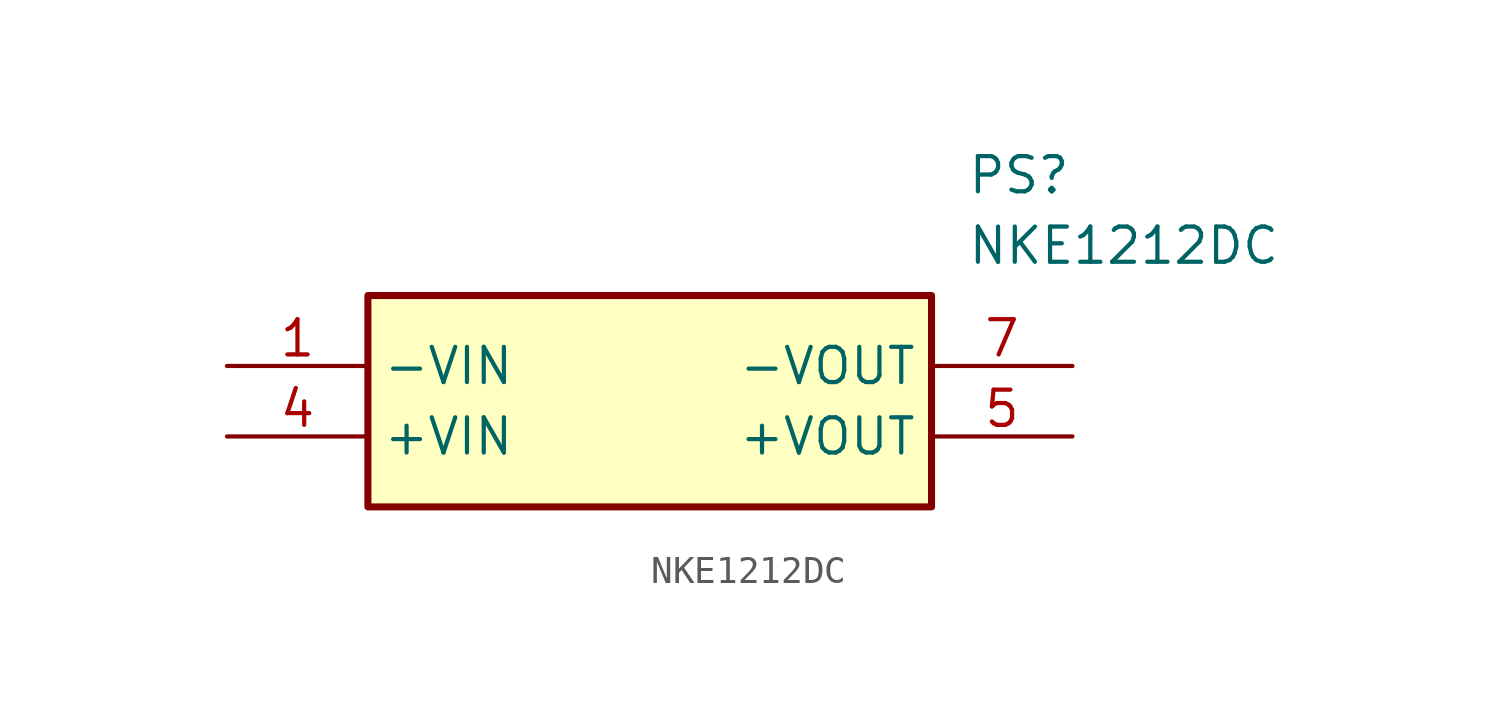
<source format=kicad_sym>
(kicad_symbol_lib
  (version 20211014)
  (generator SamacSys_ECAD_Model)
  (symbol "NKE1212DC"
    (property "Reference" "PS"
      (at 26.67 7.62 0)
      (effects (font (size 1.27 1.27)) (justify left top)))
    (property "Value" "NKE1212DC"
      (at 26.67 5.08 0)
      (effects (font (size 1.27 1.27)) (justify left top)))
    (rectangle
      (start 5.08 2.54)
      (end 25.4 -5.08)
      (stroke (width 0.254) (type default))
      (fill (type background)))
    (pin passive line
      (at 0 0 0)
      (length 5.08)
      (name "-VIN" (effects (font (size 1.27 1.27))))
      (number "1" (effects (font (size 1.27 1.27)))))
    (pin passive line
      (at 0 -2.54 0)
      (length 5.08)
      (name "+VIN" (effects (font (size 1.27 1.27))))
      (number "4" (effects (font (size 1.27 1.27)))))
    (pin passive line
      (at 30.48 -2.54 180)
      (length 5.08)
      (name "+VOUT" (effects (font (size 1.27 1.27))))
      (number "5" (effects (font (size 1.27 1.27)))))
    (pin passive line
      (at 30.48 0 180)
      (length 5.08)
      (name "-VOUT" (effects (font (size 1.27 1.27))))
      (number "7" (effects (font (size 1.27 1.27)))))))
</source>
